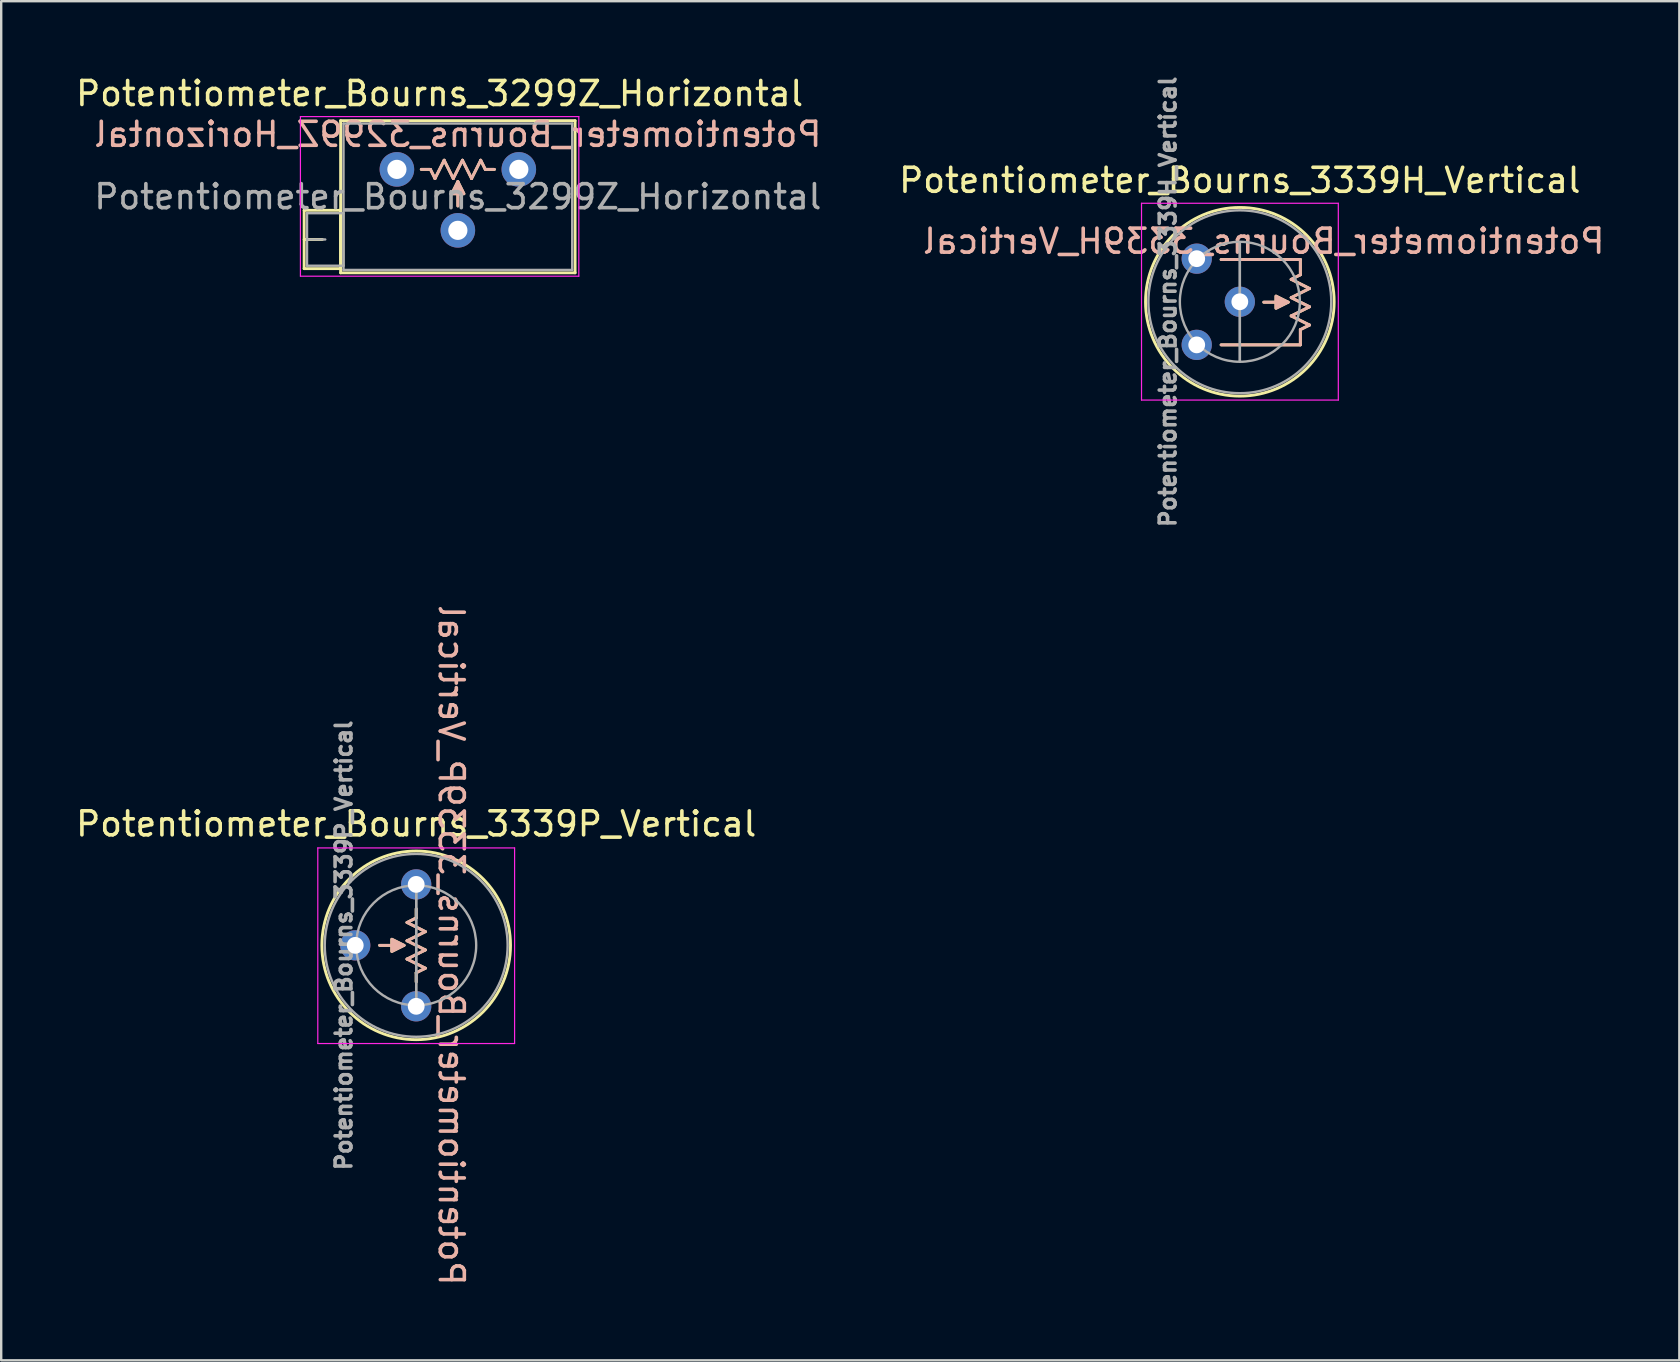
<source format=kicad_pcb>
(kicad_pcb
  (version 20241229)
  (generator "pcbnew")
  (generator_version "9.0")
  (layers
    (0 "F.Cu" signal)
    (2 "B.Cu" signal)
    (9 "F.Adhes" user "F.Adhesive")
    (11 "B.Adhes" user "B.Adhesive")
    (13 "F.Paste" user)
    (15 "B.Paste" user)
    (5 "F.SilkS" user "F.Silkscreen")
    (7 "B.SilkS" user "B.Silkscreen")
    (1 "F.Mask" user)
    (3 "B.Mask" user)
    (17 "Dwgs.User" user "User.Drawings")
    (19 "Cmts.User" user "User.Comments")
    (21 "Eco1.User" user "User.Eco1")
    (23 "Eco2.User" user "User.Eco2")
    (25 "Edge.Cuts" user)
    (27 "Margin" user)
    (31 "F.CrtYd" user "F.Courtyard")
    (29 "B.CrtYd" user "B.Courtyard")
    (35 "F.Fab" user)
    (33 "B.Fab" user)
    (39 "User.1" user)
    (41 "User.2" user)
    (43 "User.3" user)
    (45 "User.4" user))
  (footprint "Potentiometer_Bourns_3339P_Vertical"
    (layer "F.Cu")
    (at 14.292 38.881)
    (property "Reference" "Potentiometer_Bourns_3339P_Vertical" (at 0 -7.6 0) (layer "F.SilkS") (effects (font (size 1 1) (thickness 0.15))))
    (attr through_hole)
    (fp_line (start -1.524 -2.54) (end -0.508 -2.54) (stroke (width 0.12) (type solid)) (layer "F.SilkS"))
    (fp_line (start -0.381 -3.493) (end 0.381 -3.111) (stroke (width 0.12) (type solid)) (layer "F.SilkS"))
    (fp_line (start -0.381 -2.731) (end 0.381 -2.349) (stroke (width 0.12) (type solid)) (layer "F.SilkS"))
    (fp_line (start -0.381 -1.968) (end 0.381 -1.587) (stroke (width 0.12) (type solid)) (layer "F.SilkS"))
    (fp_line (start 0 -3.683) (end -0.381 -3.493) (stroke (width 0.12) (type solid)) (layer "F.SilkS"))
    (fp_line (start 0 -3.683) (end 0 -4.064) (stroke (width 0.12) (type solid)) (layer "F.SilkS"))
    (fp_line (start 0 -1.397) (end 0 -1.016) (stroke (width 0.12) (type solid)) (layer "F.SilkS"))
    (fp_line (start 0.381 -3.111) (end -0.381 -2.731) (stroke (width 0.12) (type solid)) (layer "F.SilkS"))
    (fp_line (start 0.381 -2.349) (end -0.381 -1.968) (stroke (width 0.12) (type solid)) (layer "F.SilkS"))
    (fp_line (start 0.381 -1.587) (end 0 -1.397) (stroke (width 0.12) (type solid)) (layer "F.SilkS"))
    (fp_circle (center 0 -2.54) (end 3.93 -2.54) (stroke (width 0.12) (type solid)) (fill no) (layer "F.SilkS"))
    (fp_poly (pts (xy -0.508 -2.54) (xy -1.016 -2.286) (xy -1.016 -2.794)) (stroke (width 0.12) (type solid)) (fill yes) (layer "F.SilkS"))
    (fp_line (start -1.524 -2.54) (end -0.508 -2.54) (stroke (width 0.12) (type solid)) (layer "B.SilkS"))
    (fp_line (start -0.381 -3.493) (end 0.381 -3.111) (stroke (width 0.12) (type solid)) (layer "B.SilkS"))
    (fp_line (start -0.381 -2.731) (end 0.381 -2.349) (stroke (width 0.12) (type solid)) (layer "B.SilkS"))
    (fp_line (start -0.381 -1.968) (end 0.381 -1.587) (stroke (width 0.12) (type solid)) (layer "B.SilkS"))
    (fp_line (start 0 -4.064) (end 0 -3.683) (stroke (width 0.12) (type solid)) (layer "B.SilkS"))
    (fp_line (start 0 -3.683) (end -0.381 -3.493) (stroke (width 0.12) (type solid)) (layer "B.SilkS"))
    (fp_line (start 0 -1.397) (end 0 -1.016) (stroke (width 0.12) (type solid)) (layer "B.SilkS"))
    (fp_line (start 0.381 -3.111) (end -0.381 -2.731) (stroke (width 0.12) (type solid)) (layer "B.SilkS"))
    (fp_line (start 0.381 -2.349) (end -0.381 -1.968) (stroke (width 0.12) (type solid)) (layer "B.SilkS"))
    (fp_line (start 0.381 -1.587) (end 0 -1.397) (stroke (width 0.12) (type solid)) (layer "B.SilkS"))
    (fp_poly (pts (xy -0.508 -2.54) (xy -1.016 -2.286) (xy -1.016 -2.794)) (stroke (width 0.12) (type solid)) (fill yes) (layer "B.SilkS"))
    (fp_line (start -4.1 -6.6) (end -4.1 1.55) (stroke (width 0.05) (type solid)) (layer "F.CrtYd"))
    (fp_line (start -4.1 1.55) (end 4.1 1.55) (stroke (width 0.05) (type solid)) (layer "F.CrtYd"))
    (fp_line (start 4.1 -6.6) (end -4.1 -6.6) (stroke (width 0.05) (type solid)) (layer "F.CrtYd"))
    (fp_line (start 4.1 1.55) (end 4.1 -6.6) (stroke (width 0.05) (type solid)) (layer "F.CrtYd"))
    (fp_line (start 0 -0.064) (end 0.001 -5.014) (stroke (width 0.1) (type solid)) (layer "F.Fab"))
    (fp_line (start 0 -0.064) (end 0.001 -5.014) (stroke (width 0.1) (type solid)) (layer "F.Fab"))
    (fp_circle (center 0 -2.54) (end 2.5 -2.54) (stroke (width 0.1) (type solid)) (fill no) (layer "F.Fab"))
    (fp_circle (center 0 -2.54) (end 3.81 -2.54) (stroke (width 0.1) (type solid)) (fill no) (layer "F.Fab"))
    (fp_text user "${REFERENCE}" (at 1.46 -2.54 270) (unlocked yes) (layer "B.SilkS") (effects (font (size 1 1) (thickness 0.15)) (justify mirror)))
    (fp_text user "${REFERENCE}" (at -3.018 -2.54 90) (layer "F.Fab") (effects (font (size 0.66 0.66) (thickness 0.15))))
    (pad "1" thru_hole circle (at 0 0) (size 1.26 1.26) (drill 0.7) (layers "*.Cu" "*.Mask"))
    (pad "2" thru_hole circle (at -2.54 -2.54) (size 1.26 1.26) (drill 0.7) (layers "*.Cu" "*.Mask"))
    (pad "3" thru_hole circle (at 0 -5.08) (size 1.26 1.26) (drill 0.7) (layers "*.Cu" "*.Mask")))
  (footprint "Potentiometer_Bourns_3339H_Vertical"
    (layer "F.Cu")
    (at 46.815 11.32)
    (property "Reference" "Potentiometer_Bourns_3339H_Vertical" (at 1.796 -6.856 0) (layer "F.SilkS") (effects (font (size 1 1) (thickness 0.15))))
    (attr through_hole)
    (fp_line (start 2.794 -1.778) (end 3.81 -1.778) (stroke (width 0.12) (type solid)) (layer "F.SilkS"))
    (fp_line (start 3.937 -2.731) (end 4.699 -2.349) (stroke (width 0.12) (type solid)) (layer "F.SilkS"))
    (fp_line (start 3.937 -1.968) (end 4.699 -1.587) (stroke (width 0.12) (type solid)) (layer "F.SilkS"))
    (fp_line (start 3.937 -1.206) (end 4.699 -0.826) (stroke (width 0.12) (type solid)) (layer "F.SilkS"))
    (fp_line (start 4.318 -3.556) (end 1.016 -3.556) (stroke (width 0.12) (type solid)) (layer "F.SilkS"))
    (fp_line (start 4.318 -2.921) (end 3.937 -2.731) (stroke (width 0.12) (type solid)) (layer "F.SilkS"))
    (fp_line (start 4.318 -2.921) (end 4.318 -3.556) (stroke (width 0.12) (type solid)) (layer "F.SilkS"))
    (fp_line (start 4.318 -0.635) (end 4.318 0) (stroke (width 0.12) (type solid)) (layer "F.SilkS"))
    (fp_line (start 4.318 0) (end 1.016 0) (stroke (width 0.12) (type solid)) (layer "F.SilkS"))
    (fp_line (start 4.699 -2.349) (end 3.937 -1.968) (stroke (width 0.12) (type solid)) (layer "F.SilkS"))
    (fp_line (start 4.699 -1.587) (end 3.937 -1.206) (stroke (width 0.12) (type solid)) (layer "F.SilkS"))
    (fp_line (start 4.699 -0.826) (end 4.318 -0.635) (stroke (width 0.12) (type solid)) (layer "F.SilkS"))
    (fp_circle (center 1.797 -1.795) (end 5.727 -1.795) (stroke (width 0.12) (type solid)) (fill no) (layer "F.SilkS"))
    (fp_poly (pts (xy 3.81 -1.778) (xy 3.302 -1.524) (xy 3.302 -2.032)) (stroke (width 0.12) (type solid)) (fill yes) (layer "F.SilkS"))
    (fp_line (start 1.016 -3.556) (end 4.318 -3.556) (stroke (width 0.12) (type solid)) (layer "B.SilkS"))
    (fp_line (start 2.794 -1.778) (end 3.81 -1.778) (stroke (width 0.12) (type solid)) (layer "B.SilkS"))
    (fp_line (start 3.937 -2.731) (end 4.699 -2.349) (stroke (width 0.12) (type solid)) (layer "B.SilkS"))
    (fp_line (start 3.937 -1.968) (end 4.699 -1.587) (stroke (width 0.12) (type solid)) (layer "B.SilkS"))
    (fp_line (start 3.937 -1.206) (end 4.699 -0.826) (stroke (width 0.12) (type solid)) (layer "B.SilkS"))
    (fp_line (start 4.318 -3.556) (end 4.318 -2.921) (stroke (width 0.12) (type solid)) (layer "B.SilkS"))
    (fp_line (start 4.318 -2.921) (end 3.937 -2.731) (stroke (width 0.12) (type solid)) (layer "B.SilkS"))
    (fp_line (start 4.318 -0.635) (end 4.318 0) (stroke (width 0.12) (type solid)) (layer "B.SilkS"))
    (fp_line (start 4.318 0) (end 1.016 0) (stroke (width 0.12) (type solid)) (layer "B.SilkS"))
    (fp_line (start 4.699 -2.349) (end 3.937 -1.968) (stroke (width 0.12) (type solid)) (layer "B.SilkS"))
    (fp_line (start 4.699 -1.587) (end 3.937 -1.206) (stroke (width 0.12) (type solid)) (layer "B.SilkS"))
    (fp_line (start 4.699 -0.826) (end 4.318 -0.635) (stroke (width 0.12) (type solid)) (layer "B.SilkS"))
    (fp_poly (pts (xy 3.81 -1.778) (xy 3.302 -1.524) (xy 3.302 -2.032)) (stroke (width 0.12) (type solid)) (fill yes) (layer "B.SilkS"))
    (fp_line (start -2.3 -5.9) (end -2.3 2.3) (stroke (width 0.05) (type solid)) (layer "F.CrtYd"))
    (fp_line (start -2.3 2.3) (end 5.9 2.3) (stroke (width 0.05) (type solid)) (layer "F.CrtYd"))
    (fp_line (start 5.9 -5.9) (end -2.3 -5.9) (stroke (width 0.05) (type solid)) (layer "F.CrtYd"))
    (fp_line (start 5.9 2.3) (end 5.9 -5.9) (stroke (width 0.05) (type solid)) (layer "F.CrtYd"))
    (fp_line (start 1.797 0.68) (end 1.797 -4.271) (stroke (width 0.1) (type solid)) (layer "F.Fab"))
    (fp_line (start 1.797 0.68) (end 1.797 -4.271) (stroke (width 0.1) (type solid)) (layer "F.Fab"))
    (fp_circle (center 1.796 -1.796) (end 5.606 -1.796) (stroke (width 0.1) (type solid)) (fill no) (layer "F.Fab"))
    (fp_circle (center 1.797 -1.795) (end 4.297 -1.795) (stroke (width 0.1) (type solid)) (fill no) (layer "F.Fab"))
    (fp_text user "${REFERENCE}" (at 2.794 -4.318 0) (unlocked yes) (layer "B.SilkS") (effects (font (size 1 1) (thickness 0.15)) (justify mirror)))
    (fp_text user "${REFERENCE}" (at -1.2 -1.795 90) (layer "F.Fab") (effects (font (size 0.66 0.66) (thickness 0.15))))
    (pad "1" thru_hole circle (at 0 0) (size 1.26 1.26) (drill 0.7) (layers "*.Cu" "*.Mask"))
    (pad "2" thru_hole circle (at 1.796 -1.796) (size 1.26 1.26) (drill 0.7) (layers "*.Cu" "*.Mask"))
    (pad "3" thru_hole circle (at 0 -3.592) (size 1.26 1.26) (drill 0.7) (layers "*.Cu" "*.Mask")))
  (footprint "Potentiometer_Bourns_3299Z_Horizontal"
    (layer "F.Cu")
    (at 18.568 4.008)
    (property "Reference" "Potentiometer_Bourns_3299Z_Horizontal" (at -3.3 -3.16 0) (layer "F.SilkS") (effects (font (size 1 1) (thickness 0.15))))
    (attr through_hole)
    (fp_line (start -8.945 1.705) (end -8.945 4.135) (stroke (width 0.12) (type solid)) (layer "F.SilkS"))
    (fp_line (start -8.945 1.705) (end -7.426 1.705) (stroke (width 0.12) (type solid)) (layer "F.SilkS"))
    (fp_line (start -8.945 2.92) (end -8.186 2.92) (stroke (width 0.12) (type solid)) (layer "F.SilkS"))
    (fp_line (start -8.945 4.135) (end -7.426 4.135) (stroke (width 0.12) (type solid)) (layer "F.SilkS"))
    (fp_line (start -7.426 1.705) (end -7.426 4.135) (stroke (width 0.12) (type solid)) (layer "F.SilkS"))
    (fp_line (start -7.425 -2.03) (end -7.425 4.31) (stroke (width 0.12) (type solid)) (layer "F.SilkS"))
    (fp_line (start -7.425 -2.03) (end 2.345 -2.03) (stroke (width 0.12) (type solid)) (layer "F.SilkS"))
    (fp_line (start -7.425 4.31) (end 2.345 4.31) (stroke (width 0.12) (type solid)) (layer "F.SilkS"))
    (fp_line (start -3.683 0) (end -4.064 0) (stroke (width 0.12) (type solid)) (layer "F.SilkS"))
    (fp_line (start -3.683 0) (end -3.493 0.381) (stroke (width 0.12) (type solid)) (layer "F.SilkS"))
    (fp_line (start -3.493 0.381) (end -3.111 -0.381) (stroke (width 0.12) (type solid)) (layer "F.SilkS"))
    (fp_line (start -3.111 -0.381) (end -2.731 0.381) (stroke (width 0.12) (type solid)) (layer "F.SilkS"))
    (fp_line (start -2.731 0.381) (end -2.349 -0.381) (stroke (width 0.12) (type solid)) (layer "F.SilkS"))
    (fp_line (start -2.54 1.524) (end -2.54 0.508) (stroke (width 0.12) (type solid)) (layer "F.SilkS"))
    (fp_line (start -2.349 -0.381) (end -1.968 0.381) (stroke (width 0.12) (type solid)) (layer "F.SilkS"))
    (fp_line (start -1.968 0.381) (end -1.587 -0.381) (stroke (width 0.12) (type solid)) (layer "F.SilkS"))
    (fp_line (start -1.587 -0.381) (end -1.397 0) (stroke (width 0.12) (type solid)) (layer "F.SilkS"))
    (fp_line (start -1.397 0) (end -1.016 0) (stroke (width 0.12) (type solid)) (layer "F.SilkS"))
    (fp_line (start 2.345 -2.03) (end 2.345 4.31) (stroke (width 0.12) (type solid)) (layer "F.SilkS"))
    (fp_poly (pts (xy -2.54 0.508) (xy -2.286 1.016) (xy -2.794 1.016)) (stroke (width 0.12) (type solid)) (fill yes) (layer "F.SilkS"))
    (fp_line (start -4.064 0) (end -3.683 0) (stroke (width 0.12) (type solid)) (layer "B.SilkS"))
    (fp_line (start -3.683 0) (end -3.493 0.381) (stroke (width 0.12) (type solid)) (layer "B.SilkS"))
    (fp_line (start -3.493 0.381) (end -3.111 -0.381) (stroke (width 0.12) (type solid)) (layer "B.SilkS"))
    (fp_line (start -3.111 -0.381) (end -2.731 0.381) (stroke (width 0.12) (type solid)) (layer "B.SilkS"))
    (fp_line (start -2.731 0.381) (end -2.349 -0.381) (stroke (width 0.12) (type solid)) (layer "B.SilkS"))
    (fp_line (start -2.54 1.524) (end -2.54 0.508) (stroke (width 0.12) (type solid)) (layer "B.SilkS"))
    (fp_line (start -2.349 -0.381) (end -1.968 0.381) (stroke (width 0.12) (type solid)) (layer "B.SilkS"))
    (fp_line (start -1.968 0.381) (end -1.587 -0.381) (stroke (width 0.12) (type solid)) (layer "B.SilkS"))
    (fp_line (start -1.587 -0.381) (end -1.397 0) (stroke (width 0.12) (type solid)) (layer "B.SilkS"))
    (fp_line (start -1.397 0) (end -1.016 0) (stroke (width 0.12) (type solid)) (layer "B.SilkS"))
    (fp_poly (pts (xy -2.54 0.508) (xy -2.286 1.016) (xy -2.794 1.016)) (stroke (width 0.12) (type solid)) (fill yes) (layer "B.SilkS"))
    (fp_line (start -9.1 -2.2) (end -9.1 4.45) (stroke (width 0.05) (type solid)) (layer "F.CrtYd"))
    (fp_line (start -9.1 4.45) (end 2.5 4.45) (stroke (width 0.05) (type solid)) (layer "F.CrtYd"))
    (fp_line (start 2.5 -2.2) (end -9.1 -2.2) (stroke (width 0.05) (type solid)) (layer "F.CrtYd"))
    (fp_line (start 2.5 4.45) (end 2.5 -2.2) (stroke (width 0.05) (type solid)) (layer "F.CrtYd"))
    (fp_line (start -8.825 1.825) (end -8.825 4.015) (stroke (width 0.1) (type solid)) (layer "F.Fab"))
    (fp_line (start -8.825 2.92) (end -8.065 2.92) (stroke (width 0.1) (type solid)) (layer "F.Fab"))
    (fp_line (start -8.825 4.015) (end -7.305 4.015) (stroke (width 0.1) (type solid)) (layer "F.Fab"))
    (fp_line (start -7.305 -1.91) (end -7.305 4.19) (stroke (width 0.1) (type solid)) (layer "F.Fab"))
    (fp_line (start -7.305 1.825) (end -8.825 1.825) (stroke (width 0.1) (type solid)) (layer "F.Fab"))
    (fp_line (start -7.305 4.015) (end -7.305 1.825) (stroke (width 0.1) (type solid)) (layer "F.Fab"))
    (fp_line (start -7.305 4.19) (end 2.225 4.19) (stroke (width 0.1) (type solid)) (layer "F.Fab"))
    (fp_line (start 2.225 -1.91) (end -7.305 -1.91) (stroke (width 0.1) (type solid)) (layer "F.Fab"))
    (fp_line (start 2.225 4.19) (end 2.225 -1.91) (stroke (width 0.1) (type solid)) (layer "F.Fab"))
    (fp_text user "${REFERENCE}" (at -2.54 -1.46 0) (unlocked yes) (layer "B.SilkS") (effects (font (size 1 1) (thickness 0.15)) (justify mirror)))
    (fp_text user "${REFERENCE}" (at -2.54 1.14 0) (layer "F.Fab") (effects (font (size 1 1) (thickness 0.15))))
    (pad "1" thru_hole circle (at 0 0) (size 1.44 1.44) (drill 0.8) (layers "*.Cu" "*.Mask"))
    (pad "2" thru_hole circle (at -2.54 2.54) (size 1.44 1.44) (drill 0.8) (layers "*.Cu" "*.Mask"))
    (pad "3" thru_hole circle (at -5.08 0) (size 1.44 1.44) (drill 0.8) (layers "*.Cu" "*.Mask")))
  (gr_rect
    (start -3 -3)
    (end 66.925 53.633)
    (stroke (width 0.1) (type default))
    (fill no)
    (layer "Edge.Cuts")))
</source>
